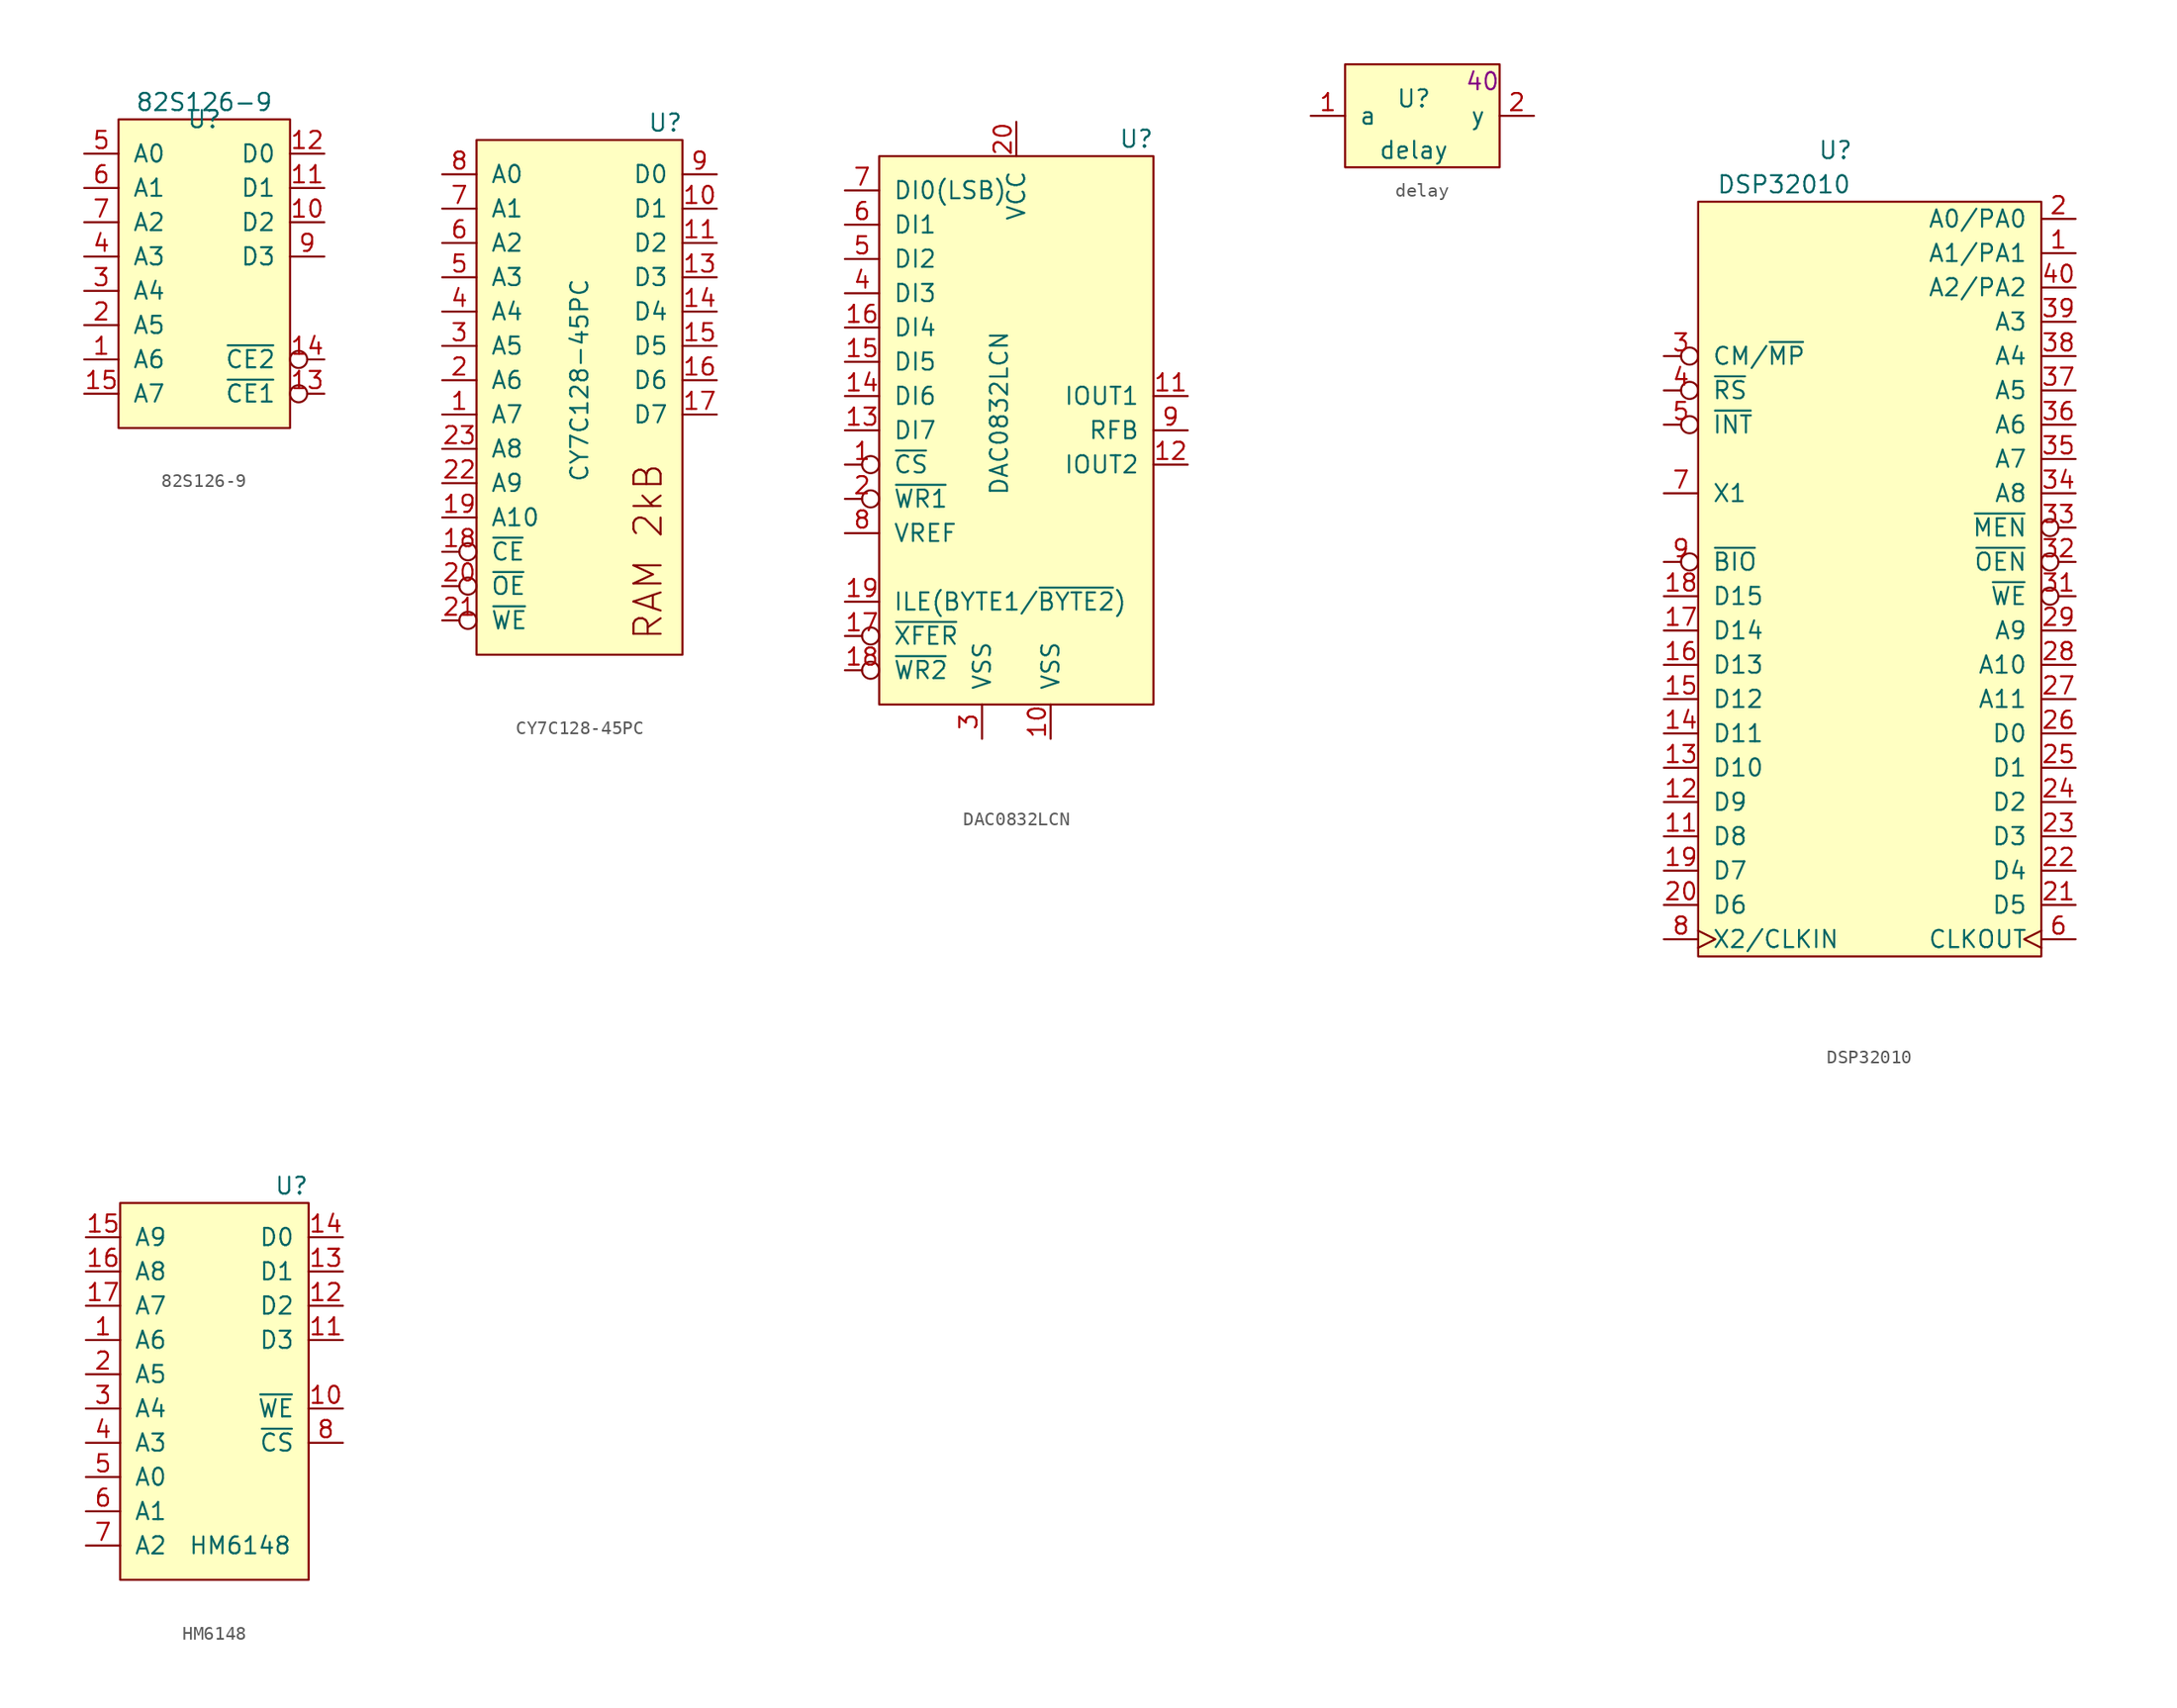
<source format=kicad_sym>
(kicad_symbol_lib
  (version 20211014)
  (generator kicad_symbol_editor)
  (symbol "82S126-9"
    (pin_names
      (offset 1.016))
    (property "Reference" "U"
      (at 1.27 11.43 0)
      (effects (font (size 1.27 1.27))))
    (property "Value" "82S126-9"
      (at 1.27 12.7 0)
      (effects (font (size 1.27 1.27))))
    (symbol "82S126-9_0_1"
      (rectangle (start -5.08 11.43) (end 7.62 -11.43) (stroke (width 0) (type default) (color 0 0 0 0)) (fill (type background))))
    (symbol "82S126-9_1_1"
      (pin input line (at -7.62 -6.35 0) (length 2.54) (name "A6" (effects (font (size 1.27 1.27)))) (number "1" (effects (font (size 1.27 1.27)))))
      (pin output line (at 10.16 3.81 180) (length 2.54) (name "D2" (effects (font (size 1.27 1.27)))) (number "10" (effects (font (size 1.27 1.27)))))
      (pin output line (at 10.16 6.35 180) (length 2.54) (name "D1" (effects (font (size 1.27 1.27)))) (number "11" (effects (font (size 1.27 1.27)))))
      (pin output line (at 10.16 8.89 180) (length 2.54) (name "D0" (effects (font (size 1.27 1.27)))) (number "12" (effects (font (size 1.27 1.27)))))
      (pin input inverted (at 10.16 -8.89 180) (length 2.54) (name "~{CE1}" (effects (font (size 1.27 1.27)))) (number "13" (effects (font (size 1.27 1.27)))))
      (pin input inverted (at 10.16 -6.35 180) (length 2.54) (name "~{CE2}" (effects (font (size 1.27 1.27)))) (number "14" (effects (font (size 1.27 1.27)))))
      (pin input line (at -7.62 -8.89 0) (length 2.54) (name "A7" (effects (font (size 1.27 1.27)))) (number "15" (effects (font (size 1.27 1.27)))))
      (pin power_in line (at 1.27 11.43 270) (length 2.54) hide (name "VCC" (effects (font (size 1.27 1.27)))) (number "16" (effects (font (size 1.27 1.27)))))
      (pin input line (at -7.62 -3.81 0) (length 2.54) (name "A5" (effects (font (size 1.27 1.27)))) (number "2" (effects (font (size 1.27 1.27)))))
      (pin input line (at -7.62 -1.27 0) (length 2.54) (name "A4" (effects (font (size 1.27 1.27)))) (number "3" (effects (font (size 1.27 1.27)))))
      (pin input line (at -7.62 1.27 0) (length 2.54) (name "A3" (effects (font (size 1.27 1.27)))) (number "4" (effects (font (size 1.27 1.27)))))
      (pin input line (at -7.62 8.89 0) (length 2.54) (name "A0" (effects (font (size 1.27 1.27)))) (number "5" (effects (font (size 1.27 1.27)))))
      (pin input line (at -7.62 6.35 0) (length 2.54) (name "A1" (effects (font (size 1.27 1.27)))) (number "6" (effects (font (size 1.27 1.27)))))
      (pin input line (at -7.62 3.81 0) (length 2.54) (name "A2" (effects (font (size 1.27 1.27)))) (number "7" (effects (font (size 1.27 1.27)))))
      (pin power_in line (at 1.27 -11.43 90) (length 2.54) hide (name "VSS" (effects (font (size 1.27 1.27)))) (number "8" (effects (font (size 1.27 1.27)))))
      (pin output line (at 10.16 1.27 180) (length 2.54) (name "D3" (effects (font (size 1.27 1.27)))) (number "9" (effects (font (size 1.27 1.27)))))))
  (symbol "CY7C128-45PC"
    (pin_names
      (offset 1.016))
    (property "Reference" "U"
      (at 6.35 17.78 0)
      (effects (font (size 1.27 1.27))))
    (property "Value" "CY7C128-45PC"
      (at 0 -1.27 90)
      (effects (font (size 1.27 1.27))))
    (symbol "CY7C128-45PC_0_0"
      (text "RAM 2kB" (at 5.08 -13.97 900) (effects (font (size 2.007 2.007)))))
    (symbol "CY7C128-45PC_0_1"
      (rectangle (start -7.62 16.51) (end 7.62 -21.59) (stroke (width 0) (type default) (color 0 0 0 0)) (fill (type background))))
    (symbol "CY7C128-45PC_1_1"
      (pin input line (at -10.16 -3.81 0) (length 2.54) (name "A7" (effects (font (size 1.27 1.27)))) (number "1" (effects (font (size 1.27 1.27)))))
      (pin bidirectional line (at 10.16 11.43 180) (length 2.54) (name "D1" (effects (font (size 1.27 1.27)))) (number "10" (effects (font (size 1.27 1.27)))))
      (pin bidirectional line (at 10.16 8.89 180) (length 2.54) (name "D2" (effects (font (size 1.27 1.27)))) (number "11" (effects (font (size 1.27 1.27)))))
      (pin power_in line (at 0 -21.59 90) (length 2.54) hide (name "VSS" (effects (font (size 1.27 1.27)))) (number "12" (effects (font (size 1.27 1.27)))))
      (pin bidirectional line (at 10.16 6.35 180) (length 2.54) (name "D3" (effects (font (size 1.27 1.27)))) (number "13" (effects (font (size 1.27 1.27)))))
      (pin bidirectional line (at 10.16 3.81 180) (length 2.54) (name "D4" (effects (font (size 1.27 1.27)))) (number "14" (effects (font (size 1.27 1.27)))))
      (pin bidirectional line (at 10.16 1.27 180) (length 2.54) (name "D5" (effects (font (size 1.27 1.27)))) (number "15" (effects (font (size 1.27 1.27)))))
      (pin bidirectional line (at 10.16 -1.27 180) (length 2.54) (name "D6" (effects (font (size 1.27 1.27)))) (number "16" (effects (font (size 1.27 1.27)))))
      (pin bidirectional line (at 10.16 -3.81 180) (length 2.54) (name "D7" (effects (font (size 1.27 1.27)))) (number "17" (effects (font (size 1.27 1.27)))))
      (pin input inverted (at -10.16 -13.97 0) (length 2.54) (name "~{CE}" (effects (font (size 1.27 1.27)))) (number "18" (effects (font (size 1.27 1.27)))))
      (pin input line (at -10.16 -11.43 0) (length 2.54) (name "A10" (effects (font (size 1.27 1.27)))) (number "19" (effects (font (size 1.27 1.27)))))
      (pin input line (at -10.16 -1.27 0) (length 2.54) (name "A6" (effects (font (size 1.27 1.27)))) (number "2" (effects (font (size 1.27 1.27)))))
      (pin input inverted (at -10.16 -16.51 0) (length 2.54) (name "~{OE}" (effects (font (size 1.27 1.27)))) (number "20" (effects (font (size 1.27 1.27)))))
      (pin input inverted (at -10.16 -19.05 0) (length 2.54) (name "~{WE}" (effects (font (size 1.27 1.27)))) (number "21" (effects (font (size 1.27 1.27)))))
      (pin input line (at -10.16 -8.89 0) (length 2.54) (name "A9" (effects (font (size 1.27 1.27)))) (number "22" (effects (font (size 1.27 1.27)))))
      (pin input line (at -10.16 -6.35 0) (length 2.54) (name "A8" (effects (font (size 1.27 1.27)))) (number "23" (effects (font (size 1.27 1.27)))))
      (pin power_in line (at 0 16.51 270) (length 2.54) hide (name "VCC" (effects (font (size 1.27 1.27)))) (number "24" (effects (font (size 1.27 1.27)))))
      (pin input line (at -10.16 1.27 0) (length 2.54) (name "A5" (effects (font (size 1.27 1.27)))) (number "3" (effects (font (size 1.27 1.27)))))
      (pin input line (at -10.16 3.81 0) (length 2.54) (name "A4" (effects (font (size 1.27 1.27)))) (number "4" (effects (font (size 1.27 1.27)))))
      (pin input line (at -10.16 6.35 0) (length 2.54) (name "A3" (effects (font (size 1.27 1.27)))) (number "5" (effects (font (size 1.27 1.27)))))
      (pin input line (at -10.16 8.89 0) (length 2.54) (name "A2" (effects (font (size 1.27 1.27)))) (number "6" (effects (font (size 1.27 1.27)))))
      (pin input line (at -10.16 11.43 0) (length 2.54) (name "A1" (effects (font (size 1.27 1.27)))) (number "7" (effects (font (size 1.27 1.27)))))
      (pin input line (at -10.16 13.97 0) (length 2.54) (name "A0" (effects (font (size 1.27 1.27)))) (number "8" (effects (font (size 1.27 1.27)))))
      (pin bidirectional line (at 10.16 13.97 180) (length 2.54) (name "D0" (effects (font (size 1.27 1.27)))) (number "9" (effects (font (size 1.27 1.27)))))))
  (symbol "DAC0832LCN"
    (pin_names
      (offset 1.016))
    (property "Reference" "U"
      (at 8.89 21.59 0)
      (effects (font (size 1.27 1.27))))
    (property "Value" "DAC0832LCN"
      (at -1.27 1.27 90)
      (effects (font (size 1.27 1.27))))
    (symbol "DAC0832LCN_0_1"
      (rectangle (start -10.16 20.32) (end 10.16 -20.32) (stroke (width 0) (type default) (color 0 0 0 0)) (fill (type background))))
    (symbol "DAC0832LCN_1_1"
      (pin input inverted (at -12.7 -2.54 0) (length 2.54) (name "~{CS}" (effects (font (size 1.27 1.27)))) (number "1" (effects (font (size 1.27 1.27)))))
      (pin power_in line (at 2.54 -22.86 90) (length 2.54) (name "VSS" (effects (font (size 1.27 1.27)))) (number "10" (effects (font (size 1.27 1.27)))))
      (pin output line (at 12.7 2.54 180) (length 2.54) (name "IOUT1" (effects (font (size 1.27 1.27)))) (number "11" (effects (font (size 1.27 1.27)))))
      (pin output line (at 12.7 -2.54 180) (length 2.54) (name "IOUT2" (effects (font (size 1.27 1.27)))) (number "12" (effects (font (size 1.27 1.27)))))
      (pin input line (at -12.7 0 0) (length 2.54) (name "DI7" (effects (font (size 1.27 1.27)))) (number "13" (effects (font (size 1.27 1.27)))))
      (pin input line (at -12.7 2.54 0) (length 2.54) (name "DI6" (effects (font (size 1.27 1.27)))) (number "14" (effects (font (size 1.27 1.27)))))
      (pin input line (at -12.7 5.08 0) (length 2.54) (name "DI5" (effects (font (size 1.27 1.27)))) (number "15" (effects (font (size 1.27 1.27)))))
      (pin input line (at -12.7 7.62 0) (length 2.54) (name "DI4" (effects (font (size 1.27 1.27)))) (number "16" (effects (font (size 1.27 1.27)))))
      (pin input inverted (at -12.7 -15.24 0) (length 2.54) (name "~{XFER}" (effects (font (size 1.27 1.27)))) (number "17" (effects (font (size 1.27 1.27)))))
      (pin input inverted (at -12.7 -17.78 0) (length 2.54) (name "~{WR2}" (effects (font (size 1.27 1.27)))) (number "18" (effects (font (size 1.27 1.27)))))
      (pin input line (at -12.7 -12.7 0) (length 2.54) (name "ILE(BYTE1/~{BYTE2})" (effects (font (size 1.27 1.27)))) (number "19" (effects (font (size 1.27 1.27)))))
      (pin input inverted (at -12.7 -5.08 0) (length 2.54) (name "~{WR1}" (effects (font (size 1.27 1.27)))) (number "2" (effects (font (size 1.27 1.27)))))
      (pin power_in line (at 0 22.86 270) (length 2.54) (name "VCC" (effects (font (size 1.27 1.27)))) (number "20" (effects (font (size 1.27 1.27)))))
      (pin power_in line (at -2.54 -22.86 90) (length 2.54) (name "VSS" (effects (font (size 1.27 1.27)))) (number "3" (effects (font (size 1.27 1.27)))))
      (pin input line (at -12.7 10.16 0) (length 2.54) (name "DI3" (effects (font (size 1.27 1.27)))) (number "4" (effects (font (size 1.27 1.27)))))
      (pin input line (at -12.7 12.7 0) (length 2.54) (name "DI2" (effects (font (size 1.27 1.27)))) (number "5" (effects (font (size 1.27 1.27)))))
      (pin input line (at -12.7 15.24 0) (length 2.54) (name "DI1" (effects (font (size 1.27 1.27)))) (number "6" (effects (font (size 1.27 1.27)))))
      (pin input line (at -12.7 17.78 0) (length 2.54) (name "DI0(LSB)" (effects (font (size 1.27 1.27)))) (number "7" (effects (font (size 1.27 1.27)))))
      (pin input line (at -12.7 -7.62 0) (length 2.54) (name "VREF" (effects (font (size 1.27 1.27)))) (number "8" (effects (font (size 1.27 1.27)))))
      (pin input line (at 12.7 0 180) (length 2.54) (name "RFB" (effects (font (size 1.27 1.27)))) (number "9" (effects (font (size 1.27 1.27)))))))
  (symbol "delay"
    (pin_names
      (offset 1.016))
    (property "Reference" "U"
      (at 0 1.27 0)
      (effects (font (size 1.27 1.27))))
    (property "Value" "delay"
      (at 0 -2.54 0)
      (effects (font (size 1.27 1.27))))
    (property "delay_time" "40"
      (at 5.08 2.54 0)
      (effects (font (size 1.27 1.27))))
    (symbol "delay_0_1"
      (rectangle (start -5.08 3.81) (end 6.35 -3.81) (stroke (width 0) (type default) (color 0 0 0 0)) (fill (type background))))
    (symbol "delay_1_1"
      (pin input line (at -7.62 0 0) (length 2.54) (name "a" (effects (font (size 1.27 1.27)))) (number "1" (effects (font (size 1.27 1.27)))))
      (pin output line (at 8.89 0 180) (length 2.54) (name "y" (effects (font (size 1.27 1.27)))) (number "2" (effects (font (size 1.27 1.27)))))))
  (symbol "DSP32010"
    (pin_names
      (offset 1.016))
    (property "Reference" "U"
      (at -3.81 29.21 0)
      (effects (font (size 1.27 1.27))))
    (property "Value" "DSP32010"
      (at -7.62 26.67 0)
      (effects (font (size 1.27 1.27))))
    (symbol "DSP32010_0_1"
      (rectangle (start -13.97 25.4) (end 11.43 -30.48) (stroke (width 0) (type default) (color 0 0 0 0)) (fill (type background))))
    (symbol "DSP32010_1_1"
      (pin output line (at 13.97 21.59 180) (length 2.54) (name "A1/PA1" (effects (font (size 1.27 1.27)))) (number "1" (effects (font (size 1.27 1.27)))))
      (pin power_in line (at 0 -30.48 90) (length 2.54) hide (name "VSS" (effects (font (size 1.27 1.27)))) (number "10" (effects (font (size 1.27 1.27)))))
      (pin bidirectional line (at -16.51 -21.59 0) (length 2.54) (name "D8" (effects (font (size 1.27 1.27)))) (number "11" (effects (font (size 1.27 1.27)))))
      (pin bidirectional line (at -16.51 -19.05 0) (length 2.54) (name "D9" (effects (font (size 1.27 1.27)))) (number "12" (effects (font (size 1.27 1.27)))))
      (pin bidirectional line (at -16.51 -16.51 0) (length 2.54) (name "D10" (effects (font (size 1.27 1.27)))) (number "13" (effects (font (size 1.27 1.27)))))
      (pin bidirectional line (at -16.51 -13.97 0) (length 2.54) (name "D11" (effects (font (size 1.27 1.27)))) (number "14" (effects (font (size 1.27 1.27)))))
      (pin bidirectional line (at -16.51 -11.43 0) (length 2.54) (name "D12" (effects (font (size 1.27 1.27)))) (number "15" (effects (font (size 1.27 1.27)))))
      (pin bidirectional line (at -16.51 -8.89 0) (length 2.54) (name "D13" (effects (font (size 1.27 1.27)))) (number "16" (effects (font (size 1.27 1.27)))))
      (pin bidirectional line (at -16.51 -6.35 0) (length 2.54) (name "D14" (effects (font (size 1.27 1.27)))) (number "17" (effects (font (size 1.27 1.27)))))
      (pin bidirectional line (at -16.51 -3.81 0) (length 2.54) (name "D15" (effects (font (size 1.27 1.27)))) (number "18" (effects (font (size 1.27 1.27)))))
      (pin input line (at -16.51 -24.13 0) (length 2.54) (name "D7" (effects (font (size 1.27 1.27)))) (number "19" (effects (font (size 1.27 1.27)))))
      (pin output line (at 13.97 24.13 180) (length 2.54) (name "A0/PA0" (effects (font (size 1.27 1.27)))) (number "2" (effects (font (size 1.27 1.27)))))
      (pin input line (at -16.51 -26.67 0) (length 2.54) (name "D6" (effects (font (size 1.27 1.27)))) (number "20" (effects (font (size 1.27 1.27)))))
      (pin bidirectional line (at 13.97 -26.67 180) (length 2.54) (name "D5" (effects (font (size 1.27 1.27)))) (number "21" (effects (font (size 1.27 1.27)))))
      (pin bidirectional line (at 13.97 -24.13 180) (length 2.54) (name "D4" (effects (font (size 1.27 1.27)))) (number "22" (effects (font (size 1.27 1.27)))))
      (pin bidirectional line (at 13.97 -21.59 180) (length 2.54) (name "D3" (effects (font (size 1.27 1.27)))) (number "23" (effects (font (size 1.27 1.27)))))
      (pin bidirectional line (at 13.97 -19.05 180) (length 2.54) (name "D2" (effects (font (size 1.27 1.27)))) (number "24" (effects (font (size 1.27 1.27)))))
      (pin bidirectional line (at 13.97 -16.51 180) (length 2.54) (name "D1" (effects (font (size 1.27 1.27)))) (number "25" (effects (font (size 1.27 1.27)))))
      (pin bidirectional line (at 13.97 -13.97 180) (length 2.54) (name "D0" (effects (font (size 1.27 1.27)))) (number "26" (effects (font (size 1.27 1.27)))))
      (pin output line (at 13.97 -11.43 180) (length 2.54) (name "A11" (effects (font (size 1.27 1.27)))) (number "27" (effects (font (size 1.27 1.27)))))
      (pin output line (at 13.97 -8.89 180) (length 2.54) (name "A10" (effects (font (size 1.27 1.27)))) (number "28" (effects (font (size 1.27 1.27)))))
      (pin output line (at 13.97 -6.35 180) (length 2.54) (name "A9" (effects (font (size 1.27 1.27)))) (number "29" (effects (font (size 1.27 1.27)))))
      (pin input inverted (at -16.51 13.97 0) (length 2.54) (name "CM/~{MP}" (effects (font (size 1.27 1.27)))) (number "3" (effects (font (size 1.27 1.27)))))
      (pin power_in line (at 0 25.4 270) (length 2.54) hide (name "VCC" (effects (font (size 1.27 1.27)))) (number "30" (effects (font (size 1.27 1.27)))))
      (pin output inverted (at 13.97 -3.81 180) (length 2.54) (name "~{WE}" (effects (font (size 1.27 1.27)))) (number "31" (effects (font (size 1.27 1.27)))))
      (pin output inverted (at 13.97 -1.27 180) (length 2.54) (name "~{OEN}" (effects (font (size 1.27 1.27)))) (number "32" (effects (font (size 1.27 1.27)))))
      (pin output inverted (at 13.97 1.27 180) (length 2.54) (name "~{MEN}" (effects (font (size 1.27 1.27)))) (number "33" (effects (font (size 1.27 1.27)))))
      (pin output line (at 13.97 3.81 180) (length 2.54) (name "A8" (effects (font (size 1.27 1.27)))) (number "34" (effects (font (size 1.27 1.27)))))
      (pin output line (at 13.97 6.35 180) (length 2.54) (name "A7" (effects (font (size 1.27 1.27)))) (number "35" (effects (font (size 1.27 1.27)))))
      (pin output line (at 13.97 8.89 180) (length 2.54) (name "A6" (effects (font (size 1.27 1.27)))) (number "36" (effects (font (size 1.27 1.27)))))
      (pin output line (at 13.97 11.43 180) (length 2.54) (name "A5" (effects (font (size 1.27 1.27)))) (number "37" (effects (font (size 1.27 1.27)))))
      (pin output line (at 13.97 13.97 180) (length 2.54) (name "A4" (effects (font (size 1.27 1.27)))) (number "38" (effects (font (size 1.27 1.27)))))
      (pin output line (at 13.97 16.51 180) (length 2.54) (name "A3" (effects (font (size 1.27 1.27)))) (number "39" (effects (font (size 1.27 1.27)))))
      (pin input inverted (at -16.51 11.43 0) (length 2.54) (name "~{RS}" (effects (font (size 1.27 1.27)))) (number "4" (effects (font (size 1.27 1.27)))))
      (pin output line (at 13.97 19.05 180) (length 2.54) (name "A2/PA2" (effects (font (size 1.27 1.27)))) (number "40" (effects (font (size 1.27 1.27)))))
      (pin input inverted (at -16.51 8.89 0) (length 2.54) (name "~{INT}" (effects (font (size 1.27 1.27)))) (number "5" (effects (font (size 1.27 1.27)))))
      (pin output clock (at 13.97 -29.21 180) (length 2.54) (name "CLKOUT" (effects (font (size 1.27 1.27)))) (number "6" (effects (font (size 1.27 1.27)))))
      (pin input line (at -16.51 3.81 0) (length 2.54) (name "X1" (effects (font (size 1.27 1.27)))) (number "7" (effects (font (size 1.27 1.27)))))
      (pin input clock (at -16.51 -29.21 0) (length 2.54) (name "X2/CLKIN" (effects (font (size 1.27 1.27)))) (number "8" (effects (font (size 1.27 1.27)))))
      (pin input inverted (at -16.51 -1.27 0) (length 2.54) (name "~{BIO}" (effects (font (size 1.27 1.27)))) (number "9" (effects (font (size 1.27 1.27)))))))
  (symbol "HM6148"
    (pin_names
      (offset 1.016))
    (property "Reference" "U"
      (at 6.35 15.24 0)
      (effects (font (size 1.245 1.245))))
    (property "Value" "HM6148"
      (at 2.54 -11.43 0)
      (effects (font (size 1.245 1.245))))
    (symbol "HM6148_0_1"
      (rectangle (start -6.35 13.97) (end 7.62 -13.97) (stroke (width 0) (type default) (color 0 0 0 0)) (fill (type background))))
    (symbol "HM6148_1_1"
      (pin input line (at -8.89 3.81 0) (length 2.54) (name "A6" (effects (font (size 1.27 1.27)))) (number "1" (effects (font (size 1.27 1.27)))))
      (pin input line (at 10.16 -1.27 180) (length 2.54) (name "~{WE}" (effects (font (size 1.27 1.27)))) (number "10" (effects (font (size 1.27 1.27)))))
      (pin output line (at 10.16 3.81 180) (length 2.54) (name "D3" (effects (font (size 1.27 1.27)))) (number "11" (effects (font (size 1.27 1.27)))))
      (pin output line (at 10.16 6.35 180) (length 2.54) (name "D2" (effects (font (size 1.27 1.27)))) (number "12" (effects (font (size 1.27 1.27)))))
      (pin output line (at 10.16 8.89 180) (length 2.54) (name "D1" (effects (font (size 1.27 1.27)))) (number "13" (effects (font (size 1.27 1.27)))))
      (pin output line (at 10.16 11.43 180) (length 2.54) (name "D0" (effects (font (size 1.27 1.27)))) (number "14" (effects (font (size 1.27 1.27)))))
      (pin input line (at -8.89 11.43 0) (length 2.54) (name "A9" (effects (font (size 1.27 1.27)))) (number "15" (effects (font (size 1.27 1.27)))))
      (pin input line (at -8.89 8.89 0) (length 2.54) (name "A8" (effects (font (size 1.27 1.27)))) (number "16" (effects (font (size 1.27 1.27)))))
      (pin input line (at -8.89 6.35 0) (length 2.54) (name "A7" (effects (font (size 1.27 1.27)))) (number "17" (effects (font (size 1.27 1.27)))))
      (pin input line (at -8.89 1.27 0) (length 2.54) (name "A5" (effects (font (size 1.27 1.27)))) (number "2" (effects (font (size 1.27 1.27)))))
      (pin input line (at -8.89 -1.27 0) (length 2.54) (name "A4" (effects (font (size 1.27 1.27)))) (number "3" (effects (font (size 1.27 1.27)))))
      (pin input line (at -8.89 -3.81 0) (length 2.54) (name "A3" (effects (font (size 1.27 1.27)))) (number "4" (effects (font (size 1.27 1.27)))))
      (pin input line (at -8.89 -6.35 0) (length 2.54) (name "A0" (effects (font (size 1.27 1.27)))) (number "5" (effects (font (size 1.27 1.27)))))
      (pin input line (at -8.89 -8.89 0) (length 2.54) (name "A1" (effects (font (size 1.27 1.27)))) (number "6" (effects (font (size 1.27 1.27)))))
      (pin input line (at -8.89 -11.43 0) (length 2.54) (name "A2" (effects (font (size 1.27 1.27)))) (number "7" (effects (font (size 1.27 1.27)))))
      (pin input line (at 10.16 -3.81 180) (length 2.54) (name "~{CS}" (effects (font (size 1.27 1.27)))) (number "8" (effects (font (size 1.27 1.27))))))))
</source>
